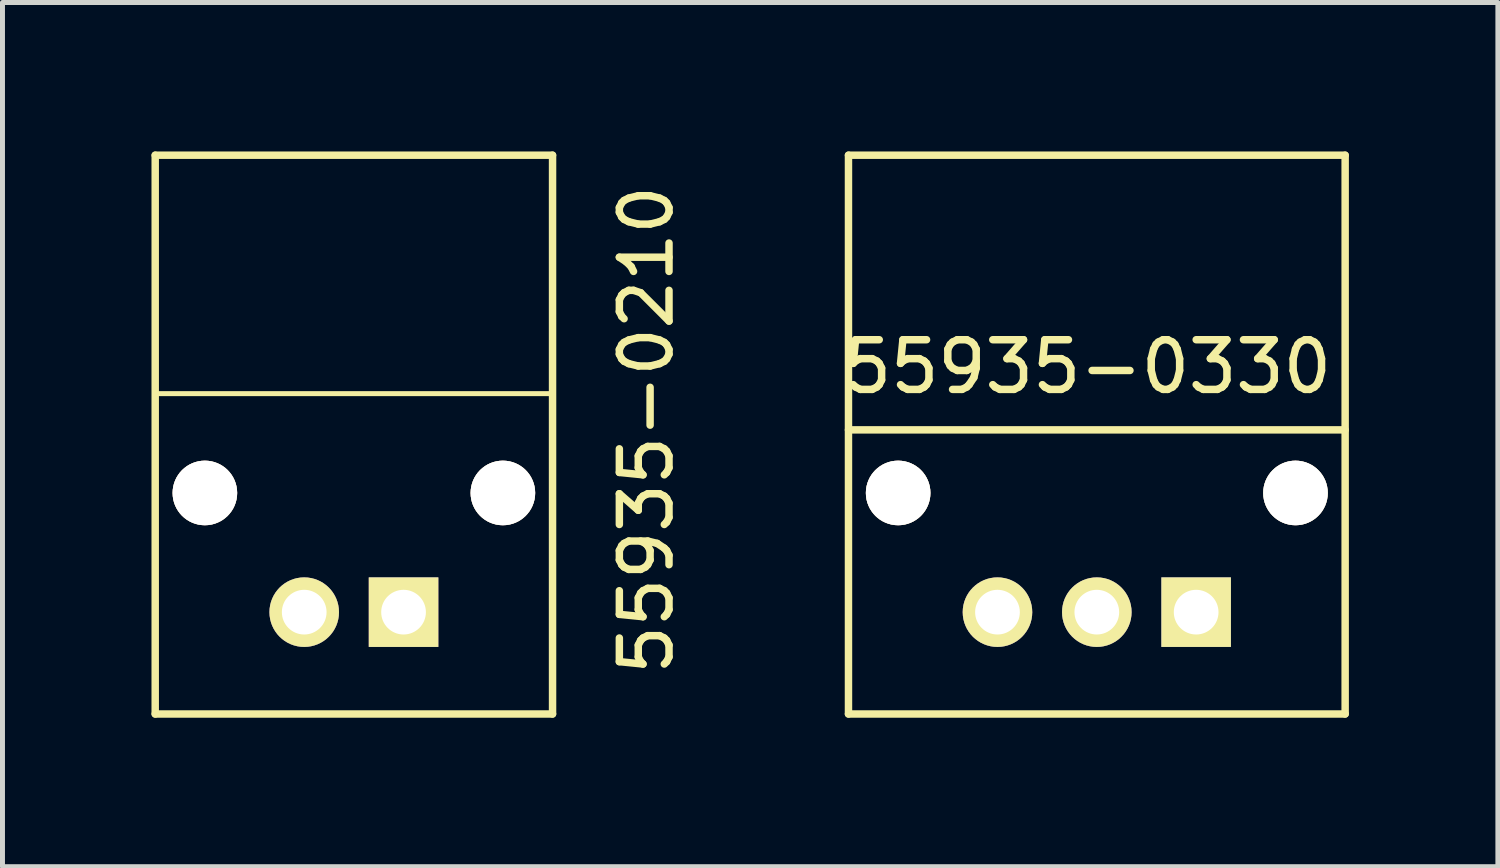
<source format=kicad_pcb>
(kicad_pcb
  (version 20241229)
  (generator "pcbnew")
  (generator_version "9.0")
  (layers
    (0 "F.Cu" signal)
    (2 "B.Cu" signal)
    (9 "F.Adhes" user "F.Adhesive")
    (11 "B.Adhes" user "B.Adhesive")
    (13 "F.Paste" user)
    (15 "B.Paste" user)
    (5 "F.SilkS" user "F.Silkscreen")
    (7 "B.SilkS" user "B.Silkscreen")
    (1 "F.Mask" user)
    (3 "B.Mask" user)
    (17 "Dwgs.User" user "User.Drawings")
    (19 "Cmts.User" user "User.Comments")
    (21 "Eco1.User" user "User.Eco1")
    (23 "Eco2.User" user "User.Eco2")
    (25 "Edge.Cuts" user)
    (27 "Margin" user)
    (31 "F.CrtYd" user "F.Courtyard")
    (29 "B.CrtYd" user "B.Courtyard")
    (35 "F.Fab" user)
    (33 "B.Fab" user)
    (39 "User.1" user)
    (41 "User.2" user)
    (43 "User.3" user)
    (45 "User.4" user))
  (footprint "55935-0210"
    (layer "F.Cu")
    (at 1.075 6.875)
    (property "Reference" "55935-0210" (at 8.89 -1.27 90) (layer "F.SilkS") (effects (font (size 1 1) (thickness 0.15))))
    (attr through_hole)
    (fp_line (start -1 -6.8) (end -1 4.45) (stroke (width 0.15) (type solid)) (layer "F.SilkS"))
    (fp_line (start -1 -6.8) (end 7 -6.8) (stroke (width 0.15) (type solid)) (layer "F.SilkS"))
    (fp_line (start -1 -2) (end 7 -2) (stroke (width 0.1) (type solid)) (layer "F.SilkS"))
    (fp_line (start -1 4.45) (end 7 4.45) (stroke (width 0.15) (type solid)) (layer "F.SilkS"))
    (fp_line (start 7 -6.8) (end 7 4.45) (stroke (width 0.15) (type solid)) (layer "F.SilkS"))
    (pad "" thru_hole circle (at 0 0) (size 1.3 1.3) (drill 1.3) (layers "*.Cu" "*.Mask" "F.SilkS"))
    (pad "" thru_hole circle (at 6 0) (size 1.3 1.3) (drill 1.3) (layers "*.Cu" "*.Mask" "F.SilkS"))
    (pad "1" thru_hole rect (at 4 2.4) (size 1.4 1.4) (drill 0.9) (layers "*.Cu" "*.Mask" "F.SilkS"))
    (pad "2" thru_hole circle (at 2 2.4) (size 1.4 1.4) (drill 0.9) (layers "*.Cu" "*.Mask" "F.SilkS")))
  (footprint "55935-0330"
    (layer "F.Cu")
    (at 15.033 6.875)
    (property "Reference" "55935-0330" (at 3.81 -2.54 0) (layer "F.SilkS") (effects (font (size 1 1) (thickness 0.15))))
    (attr through_hole)
    (fp_line (start -1 -6.8) (end -1 4.45) (stroke (width 0.15) (type solid)) (layer "F.SilkS"))
    (fp_line (start -1 -1.27) (end 9 -1.27) (stroke (width 0.15) (type solid)) (layer "F.SilkS"))
    (fp_line (start -1 4.45) (end 9 4.45) (stroke (width 0.15) (type solid)) (layer "F.SilkS"))
    (fp_line (start 9 -6.8) (end -1 -6.8) (stroke (width 0.15) (type solid)) (layer "F.SilkS"))
    (fp_line (start 9 4.45) (end 9 -6.8) (stroke (width 0.15) (type solid)) (layer "F.SilkS"))
    (pad "" thru_hole circle (at 0 0) (size 1.3 1.3) (drill 1.3) (layers "*.Cu" "*.Mask" "F.SilkS"))
    (pad "" thru_hole circle (at 8 0) (size 1.3 1.3) (drill 1.3) (layers "*.Cu" "*.Mask" "F.SilkS"))
    (pad "1" thru_hole rect (at 6 2.4) (size 1.4 1.4) (drill 0.9) (layers "*.Cu" "*.Mask" "F.SilkS"))
    (pad "2" thru_hole circle (at 4 2.4) (size 1.4 1.4) (drill 0.9) (layers "*.Cu" "*.Mask" "F.SilkS"))
    (pad "3" thru_hole circle (at 2 2.4) (size 1.4 1.4) (drill 0.9) (layers "*.Cu" "*.Mask" "F.SilkS")))
  (gr_rect
    (start -3 -3)
    (end 27.108 14.4)
    (stroke (width 0.1) (type default))
    (fill no)
    (layer "Edge.Cuts")))
</source>
